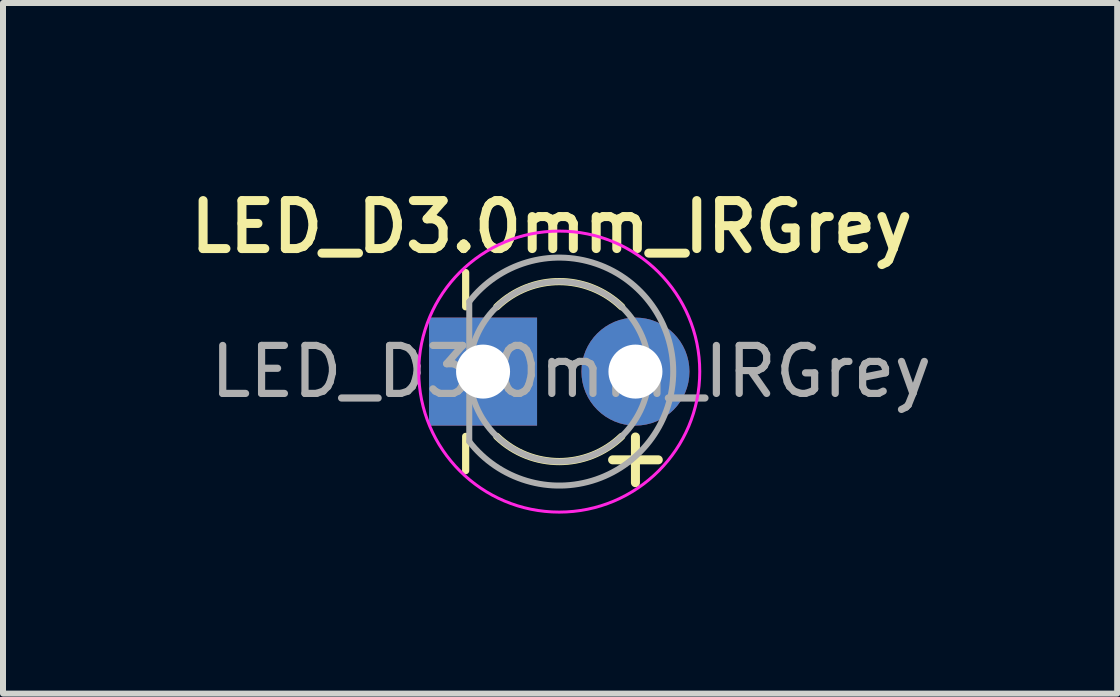
<source format=kicad_pcb>
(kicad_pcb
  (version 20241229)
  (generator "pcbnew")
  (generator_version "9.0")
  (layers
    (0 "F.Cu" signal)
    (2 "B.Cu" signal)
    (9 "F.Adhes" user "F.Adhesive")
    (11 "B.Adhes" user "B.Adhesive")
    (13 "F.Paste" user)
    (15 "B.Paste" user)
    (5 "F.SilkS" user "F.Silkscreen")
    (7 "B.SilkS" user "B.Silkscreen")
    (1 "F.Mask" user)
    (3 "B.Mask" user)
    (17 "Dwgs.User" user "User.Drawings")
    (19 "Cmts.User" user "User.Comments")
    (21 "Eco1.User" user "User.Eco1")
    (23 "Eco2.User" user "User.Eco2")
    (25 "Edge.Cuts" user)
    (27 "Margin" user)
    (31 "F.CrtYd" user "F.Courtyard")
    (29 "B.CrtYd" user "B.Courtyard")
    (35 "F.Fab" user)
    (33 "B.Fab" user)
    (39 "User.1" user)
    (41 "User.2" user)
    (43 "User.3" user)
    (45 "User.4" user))
  (footprint "LED_D3.0mm_IRGrey"
    (layer "F.Cu")
    (at 6.272 3.144)
    (property "Reference" "LED_D3.0mm_IRGrey" (at -0.127 -2.413 0) (layer "F.SilkS") (effects (font (size 0.8 0.8) (thickness 0.15))))
    (attr through_hole)
    (fp_line (start -1.56 -1.651) (end -1.56 -1.08) (stroke (width 0.12) (type solid)) (layer "F.SilkS"))
    (fp_line (start -1.56 1.08) (end -1.56 1.651) (stroke (width 0.12) (type solid)) (layer "F.SilkS"))
    (fp_arc (start -1.040961 -1.08) (mid 0.000117 -1.5) (end 1.04113 -1.079837) (stroke (width 0.12) (type solid)) (layer "F.SilkS"))
    (fp_arc (start 1.04113 1.079837) (mid 0.000117 1.5) (end -1.040961 1.08) (stroke (width 0.12) (type solid)) (layer "F.SilkS"))
    (fp_circle (center 0 0) (end 2.342 0) (stroke (width 0.05) (type solid)) (fill no) (layer "F.CrtYd"))
    (fp_line (start -1.5 -1.166) (end -1.5 1.166) (stroke (width 0.1) (type solid)) (layer "F.Fab"))
    (fp_arc (start -1.5 -1.16619) (mid 1.9 0.000452) (end -1.500555 1.165476) (stroke (width 0.1) (type solid)) (layer "F.Fab"))
    (fp_circle (center 0 0) (end 1.5 0) (stroke (width 0.1) (type solid)) (fill no) (layer "F.Fab"))
    (fp_text user "+" (at 1.27 1.397 0) (layer "F.SilkS") (effects (font (size 1 1) (thickness 0.15))))
    (fp_text user "${REFERENCE}" (at 0.2 0 0) (layer "F.Fab") (effects (font (size 0.8 0.8) (thickness 0.12))))
    (pad "1" thru_hole rect (at -1.27 0) (size 1.8 1.8) (drill 0.9) (layers "*.Cu" "*.Mask"))
    (pad "2" thru_hole circle (at 1.27 0) (size 1.8 1.8) (drill 0.9) (layers "*.Cu" "*.Mask")))
  (gr_rect
    (start -3 -3)
    (end 15.572 8.511)
    (stroke (width 0.1) (type default))
    (fill no)
    (layer "Edge.Cuts")))
</source>
